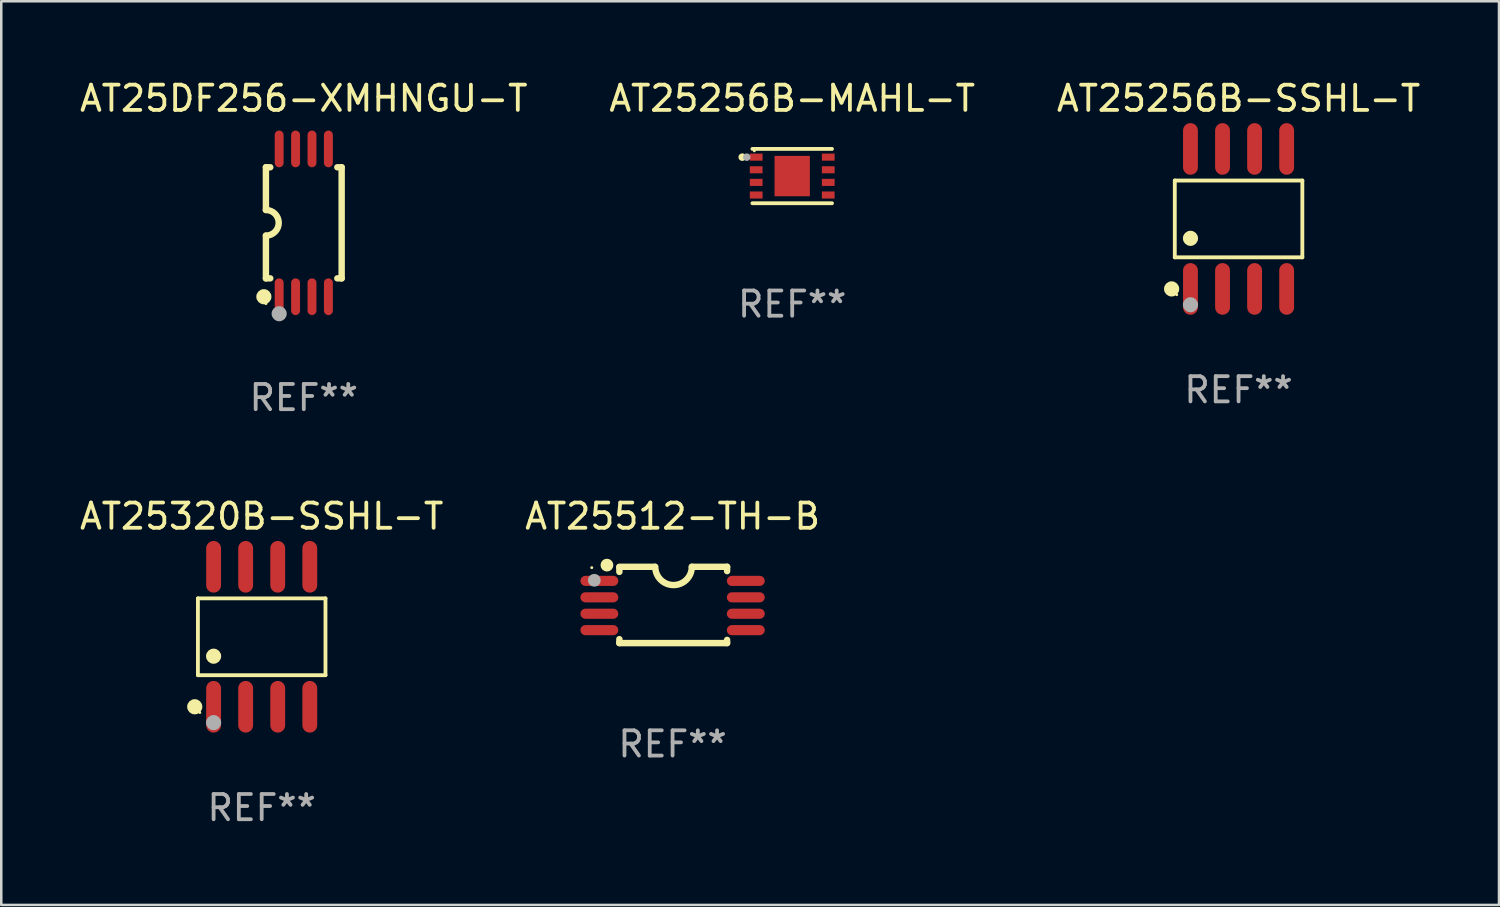
<source format=kicad_pcb>
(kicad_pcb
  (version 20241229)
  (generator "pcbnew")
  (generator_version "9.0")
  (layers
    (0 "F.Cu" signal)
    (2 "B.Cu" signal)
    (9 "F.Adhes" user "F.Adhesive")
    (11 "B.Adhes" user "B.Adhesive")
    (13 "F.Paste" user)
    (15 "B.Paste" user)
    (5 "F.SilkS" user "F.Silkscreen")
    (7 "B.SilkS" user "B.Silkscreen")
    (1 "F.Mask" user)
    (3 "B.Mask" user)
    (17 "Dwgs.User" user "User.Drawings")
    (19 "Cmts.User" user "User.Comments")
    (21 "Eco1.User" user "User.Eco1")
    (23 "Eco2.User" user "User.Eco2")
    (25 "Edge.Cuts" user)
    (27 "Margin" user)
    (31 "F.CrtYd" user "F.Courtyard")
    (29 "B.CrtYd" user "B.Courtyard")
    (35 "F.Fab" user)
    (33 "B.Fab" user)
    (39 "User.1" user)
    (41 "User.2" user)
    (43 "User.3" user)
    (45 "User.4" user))
  (footprint "AT25320B-SSHL-T"
    (layer "F.Cu")
    (at 7.315 22.171)
    (property "Reference" "AT25320B-SSHL-T" (at 0 -4.772 0) (layer "F.SilkS") (effects (font (size 1 1) (thickness 0.15))))
    (attr through_hole)
    (fp_line (start -2.526 -1.521) (end 2.526 -1.521) (stroke (width 0.152) (type solid)) (layer "F.SilkS"))
    (fp_line (start -2.526 1.521) (end -2.526 -1.521) (stroke (width 0.152) (type solid)) (layer "F.SilkS"))
    (fp_line (start 2.526 -1.521) (end 2.526 1.521) (stroke (width 0.152) (type solid)) (layer "F.SilkS"))
    (fp_line (start 2.526 1.521) (end -2.526 1.521) (stroke (width 0.152) (type solid)) (layer "F.SilkS"))
    (fp_circle (center -2.652 2.772) (end -2.501 2.772) (stroke (width 0.3) (type solid)) (fill no) (layer "F.SilkS"))
    (fp_circle (center -2.45 3) (end -2.42 3) (stroke (width 0.06) (type solid)) (fill no) (layer "F.SilkS"))
    (fp_circle (center -1.905 0.769) (end -1.755 0.769) (stroke (width 0.3) (type solid)) (fill no) (layer "F.SilkS"))
    (fp_circle (center -1.905 3.4) (end -1.755 3.4) (stroke (width 0.3) (type solid)) (fill no) (layer "F.Fab"))
    (fp_text user "REF**" (at 0 6.772 0) (layer "F.Fab") (effects (font (size 1 1) (thickness 0.15))))
    (pad "1" smd oval (at -1.905 2.772) (size 0.588 2.045) (layers "F.Cu" "F.Mask" "F.Paste"))
    (pad "2" smd oval (at -0.635 2.772) (size 0.588 2.045) (layers "F.Cu" "F.Mask" "F.Paste"))
    (pad "3" smd oval (at 0.635 2.772) (size 0.588 2.045) (layers "F.Cu" "F.Mask" "F.Paste"))
    (pad "4" smd oval (at 1.905 2.772) (size 0.588 2.045) (layers "F.Cu" "F.Mask" "F.Paste"))
    (pad "5" smd oval (at 1.905 -2.772) (size 0.588 2.045) (layers "F.Cu" "F.Mask" "F.Paste"))
    (pad "6" smd oval (at 0.635 -2.772) (size 0.588 2.045) (layers "F.Cu" "F.Mask" "F.Paste"))
    (pad "7" smd oval (at -0.635 -2.772) (size 0.588 2.045) (layers "F.Cu" "F.Mask" "F.Paste"))
    (pad "8" smd oval (at -1.905 -2.772) (size 0.588 2.045) (layers "F.Cu" "F.Mask" "F.Paste")))
  (footprint "AT25256B-SSHL-T"
    (layer "F.Cu")
    (at 46.006 5.621)
    (property "Reference" "AT25256B-SSHL-T" (at 0 -4.772 0) (layer "F.SilkS") (effects (font (size 1 1) (thickness 0.15))))
    (attr through_hole)
    (fp_line (start -2.526 -1.521) (end 2.526 -1.521) (stroke (width 0.152) (type solid)) (layer "F.SilkS"))
    (fp_line (start -2.526 1.521) (end -2.526 -1.521) (stroke (width 0.152) (type solid)) (layer "F.SilkS"))
    (fp_line (start 2.526 -1.521) (end 2.526 1.521) (stroke (width 0.152) (type solid)) (layer "F.SilkS"))
    (fp_line (start 2.526 1.521) (end -2.526 1.521) (stroke (width 0.152) (type solid)) (layer "F.SilkS"))
    (fp_circle (center -2.652 2.772) (end -2.501 2.772) (stroke (width 0.3) (type solid)) (fill no) (layer "F.SilkS"))
    (fp_circle (center -2.45 3) (end -2.42 3) (stroke (width 0.06) (type solid)) (fill no) (layer "F.SilkS"))
    (fp_circle (center -1.905 0.769) (end -1.755 0.769) (stroke (width 0.3) (type solid)) (fill no) (layer "F.SilkS"))
    (fp_circle (center -1.905 3.4) (end -1.755 3.4) (stroke (width 0.3) (type solid)) (fill no) (layer "F.Fab"))
    (fp_text user "REF**" (at 0 6.772 0) (layer "F.Fab") (effects (font (size 1 1) (thickness 0.15))))
    (pad "1" smd oval (at -1.905 2.772) (size 0.588 2.045) (layers "F.Cu" "F.Mask" "F.Paste"))
    (pad "2" smd oval (at -0.635 2.772) (size 0.588 2.045) (layers "F.Cu" "F.Mask" "F.Paste"))
    (pad "3" smd oval (at 0.635 2.772) (size 0.588 2.045) (layers "F.Cu" "F.Mask" "F.Paste"))
    (pad "4" smd oval (at 1.905 2.772) (size 0.588 2.045) (layers "F.Cu" "F.Mask" "F.Paste"))
    (pad "5" smd oval (at 1.905 -2.772) (size 0.588 2.045) (layers "F.Cu" "F.Mask" "F.Paste"))
    (pad "6" smd oval (at 0.635 -2.772) (size 0.588 2.045) (layers "F.Cu" "F.Mask" "F.Paste"))
    (pad "7" smd oval (at -0.635 -2.772) (size 0.588 2.045) (layers "F.Cu" "F.Mask" "F.Paste"))
    (pad "8" smd oval (at -1.905 -2.772) (size 0.588 2.045) (layers "F.Cu" "F.Mask" "F.Paste")))
  (footprint "AT25DF256-XMHNGU-T"
    (layer "F.Cu")
    (at 8.982 5.775)
    (property "Reference" "AT25DF256-XMHNGU-T" (at 0 -4.927 0) (layer "F.SilkS") (effects (font (size 1 1) (thickness 0.15))))
    (attr through_hole)
    (fp_line (start -1.5 -2.2) (end -1.5 -0.508) (stroke (width 0.254) (type solid)) (layer "F.SilkS"))
    (fp_line (start -1.5 -2.2) (end -1.328 -2.2) (stroke (width 0.254) (type solid)) (layer "F.SilkS"))
    (fp_line (start -1.5 2.2) (end -1.5 0.508) (stroke (width 0.254) (type solid)) (layer "F.SilkS"))
    (fp_line (start -1.5 2.2) (end -1.328 2.2) (stroke (width 0.254) (type solid)) (layer "F.SilkS"))
    (fp_line (start 1.328 -2.2) (end 1.5 -2.2) (stroke (width 0.254) (type solid)) (layer "F.SilkS"))
    (fp_line (start 1.328 2.2) (end 1.5 2.2) (stroke (width 0.254) (type solid)) (layer "F.SilkS"))
    (fp_line (start 1.5 -2.2) (end 1.5 2.2) (stroke (width 0.254) (type solid)) (layer "F.SilkS"))
    (fp_arc (start -1.501144 -0.508) (mid -0.993143 -0.000571) (end -1.5 0.508001) (stroke (width 0.254001) (type solid)) (layer "F.SilkS"))
    (fp_circle (center -1.581 2.927) (end -1.431 2.927) (stroke (width 0.3) (type solid)) (fill no) (layer "F.SilkS"))
    (fp_circle (center -1.5 3.2) (end -1.47 3.2) (stroke (width 0.06) (type solid)) (fill no) (layer "F.SilkS"))
    (fp_circle (center -0.975 3.6) (end -0.825 3.6) (stroke (width 0.3) (type solid)) (fill no) (layer "F.Fab"))
    (fp_text user "REF**" (at 0 6.927 0) (layer "F.Fab") (effects (font (size 1 1) (thickness 0.15))))
    (pad "1" smd oval (at -0.975 2.927) (size 0.353 1.454) (layers "F.Cu" "F.Mask" "F.Paste"))
    (pad "2" smd oval (at -0.325 2.927) (size 0.353 1.454) (layers "F.Cu" "F.Mask" "F.Paste"))
    (pad "3" smd oval (at 0.325 2.927) (size 0.353 1.454) (layers "F.Cu" "F.Mask" "F.Paste"))
    (pad "4" smd oval (at 0.975 2.927) (size 0.353 1.454) (layers "F.Cu" "F.Mask" "F.Paste"))
    (pad "5" smd oval (at 0.975 -2.927) (size 0.353 1.454) (layers "F.Cu" "F.Mask" "F.Paste"))
    (pad "6" smd oval (at 0.325 -2.927) (size 0.353 1.454) (layers "F.Cu" "F.Mask" "F.Paste"))
    (pad "7" smd oval (at -0.325 -2.927) (size 0.353 1.454) (layers "F.Cu" "F.Mask" "F.Paste"))
    (pad "8" smd oval (at -0.975 -2.927) (size 0.353 1.454) (layers "F.Cu" "F.Mask" "F.Paste")))
  (footprint "AT25256B-MAHL-T"
    (layer "F.Cu")
    (at 28.327 3.924)
    (property "Reference" "AT25256B-MAHL-T" (at 0 -3.076 0) (layer "F.SilkS") (effects (font (size 1 1) (thickness 0.15))))
    (attr through_hole)
    (fp_line (start -1.576 -1.076) (end 1.576 -1.076) (stroke (width 0.152) (type solid)) (layer "F.SilkS"))
    (fp_line (start -1.576 1.076) (end 1.576 1.076) (stroke (width 0.152) (type solid)) (layer "F.SilkS"))
    (fp_circle (center -1.98 -0.75) (end -1.905 -0.75) (stroke (width 0.15) (type solid)) (fill no) (layer "F.SilkS"))
    (fp_circle (center -1.5 -1) (end -1.47 -1) (stroke (width 0.06) (type solid)) (fill no) (layer "F.SilkS"))
    (fp_circle (center -1.8 -0.75) (end -1.725 -0.75) (stroke (width 0.15) (type solid)) (fill no) (layer "F.Fab"))
    (fp_text user "REF**" (at 0 5.076 0) (layer "F.Fab") (effects (font (size 1 1) (thickness 0.15))))
    (pad "1" smd rect (at -1.427 -0.75) (size 0.505 0.28) (layers "F.Cu" "F.Mask" "F.Paste"))
    (pad "2" smd rect (at -1.427 -0.25) (size 0.505 0.28) (layers "F.Cu" "F.Mask" "F.Paste"))
    (pad "3" smd rect (at -1.427 0.25) (size 0.505 0.28) (layers "F.Cu" "F.Mask" "F.Paste"))
    (pad "4" smd rect (at -1.427 0.75) (size 0.505 0.28) (layers "F.Cu" "F.Mask" "F.Paste"))
    (pad "5" smd rect (at 1.427 0.75) (size 0.505 0.28) (layers "F.Cu" "F.Mask" "F.Paste"))
    (pad "6" smd rect (at 1.427 0.25) (size 0.505 0.28) (layers "F.Cu" "F.Mask" "F.Paste"))
    (pad "7" smd rect (at 1.427 -0.25) (size 0.505 0.28) (layers "F.Cu" "F.Mask" "F.Paste"))
    (pad "8" smd rect (at 1.427 -0.75) (size 0.505 0.28) (layers "F.Cu" "F.Mask" "F.Paste"))
    (pad "9" smd rect (at 0 0) (size 1.4 1.6) (layers "F.Cu" "F.Mask" "F.Paste")))
  (footprint "AT25512-TH-B"
    (layer "F.Cu")
    (at 23.589 20.91)
    (property "Reference" "AT25512-TH-B" (at 0 -3.511 0) (layer "F.SilkS") (effects (font (size 1 1) (thickness 0.15))))
    (attr through_hole)
    (fp_line (start -2.108 -1.511) (end -0.711 -1.511) (stroke (width 0.254) (type solid)) (layer "F.SilkS"))
    (fp_line (start -2.108 -1.309) (end -2.108 -1.486) (stroke (width 0.254) (type solid)) (layer "F.SilkS"))
    (fp_line (start -2.108 1.511) (end -2.108 1.355) (stroke (width 0.254) (type solid)) (layer "F.SilkS"))
    (fp_line (start 0.762 -1.511) (end 2.159 -1.511) (stroke (width 0.254) (type solid)) (layer "F.SilkS"))
    (fp_line (start 2.159 -1.511) (end 2.159 -1.339) (stroke (width 0.254) (type solid)) (layer "F.SilkS"))
    (fp_line (start 2.159 1.384) (end 2.159 1.511) (stroke (width 0.254) (type solid)) (layer "F.SilkS"))
    (fp_line (start 2.159 1.511) (end -2.108 1.511) (stroke (width 0.254) (type solid)) (layer "F.SilkS"))
    (fp_arc (start 0.762002 -1.511303) (mid 0.0381 -0.787401) (end -0.685802 -1.511303) (stroke (width 0.254001) (type solid)) (layer "F.SilkS"))
    (fp_circle (center -3.2 -1.477) (end -3.17 -1.477) (stroke (width 0.06) (type solid)) (fill no) (layer "F.SilkS"))
    (fp_circle (center -2.6 -1.577) (end -2.473 -1.577) (stroke (width 0.254) (type solid)) (fill no) (layer "F.SilkS"))
    (fp_circle (center -3.1 -0.977) (end -2.973 -0.977) (stroke (width 0.254) (type solid)) (fill no) (layer "F.Fab"))
    (fp_text user "REF**" (at 0 5.511 0) (layer "F.Fab") (effects (font (size 1 1) (thickness 0.15))))
    (pad "1" smd oval (at -2.9 -0.953 90) (size 0.4 1.5) (layers "F.Cu" "F.Mask" "F.Paste"))
    (pad "2" smd oval (at -2.9 -0.302 90) (size 0.4 1.5) (layers "F.Cu" "F.Mask" "F.Paste"))
    (pad "3" smd oval (at -2.9 0.348 90) (size 0.4 1.5) (layers "F.Cu" "F.Mask" "F.Paste"))
    (pad "4" smd oval (at -2.9 0.998 90) (size 0.4 1.5) (layers "F.Cu" "F.Mask" "F.Paste"))
    (pad "5" smd oval (at 2.9 0.998 90) (size 0.4 1.5) (layers "F.Cu" "F.Mask" "F.Paste"))
    (pad "6" smd oval (at 2.9 0.348 90) (size 0.4 1.5) (layers "F.Cu" "F.Mask" "F.Paste"))
    (pad "7" smd oval (at 2.9 -0.302 90) (size 0.4 1.5) (layers "F.Cu" "F.Mask" "F.Paste"))
    (pad "8" smd oval (at 2.9 -0.953 90) (size 0.4 1.5) (layers "F.Cu" "F.Mask" "F.Paste")))
  (gr_rect
    (start -3 -3)
    (end 56.321 32.792)
    (stroke (width 0.1) (type default))
    (fill no)
    (layer "Edge.Cuts")))
</source>
